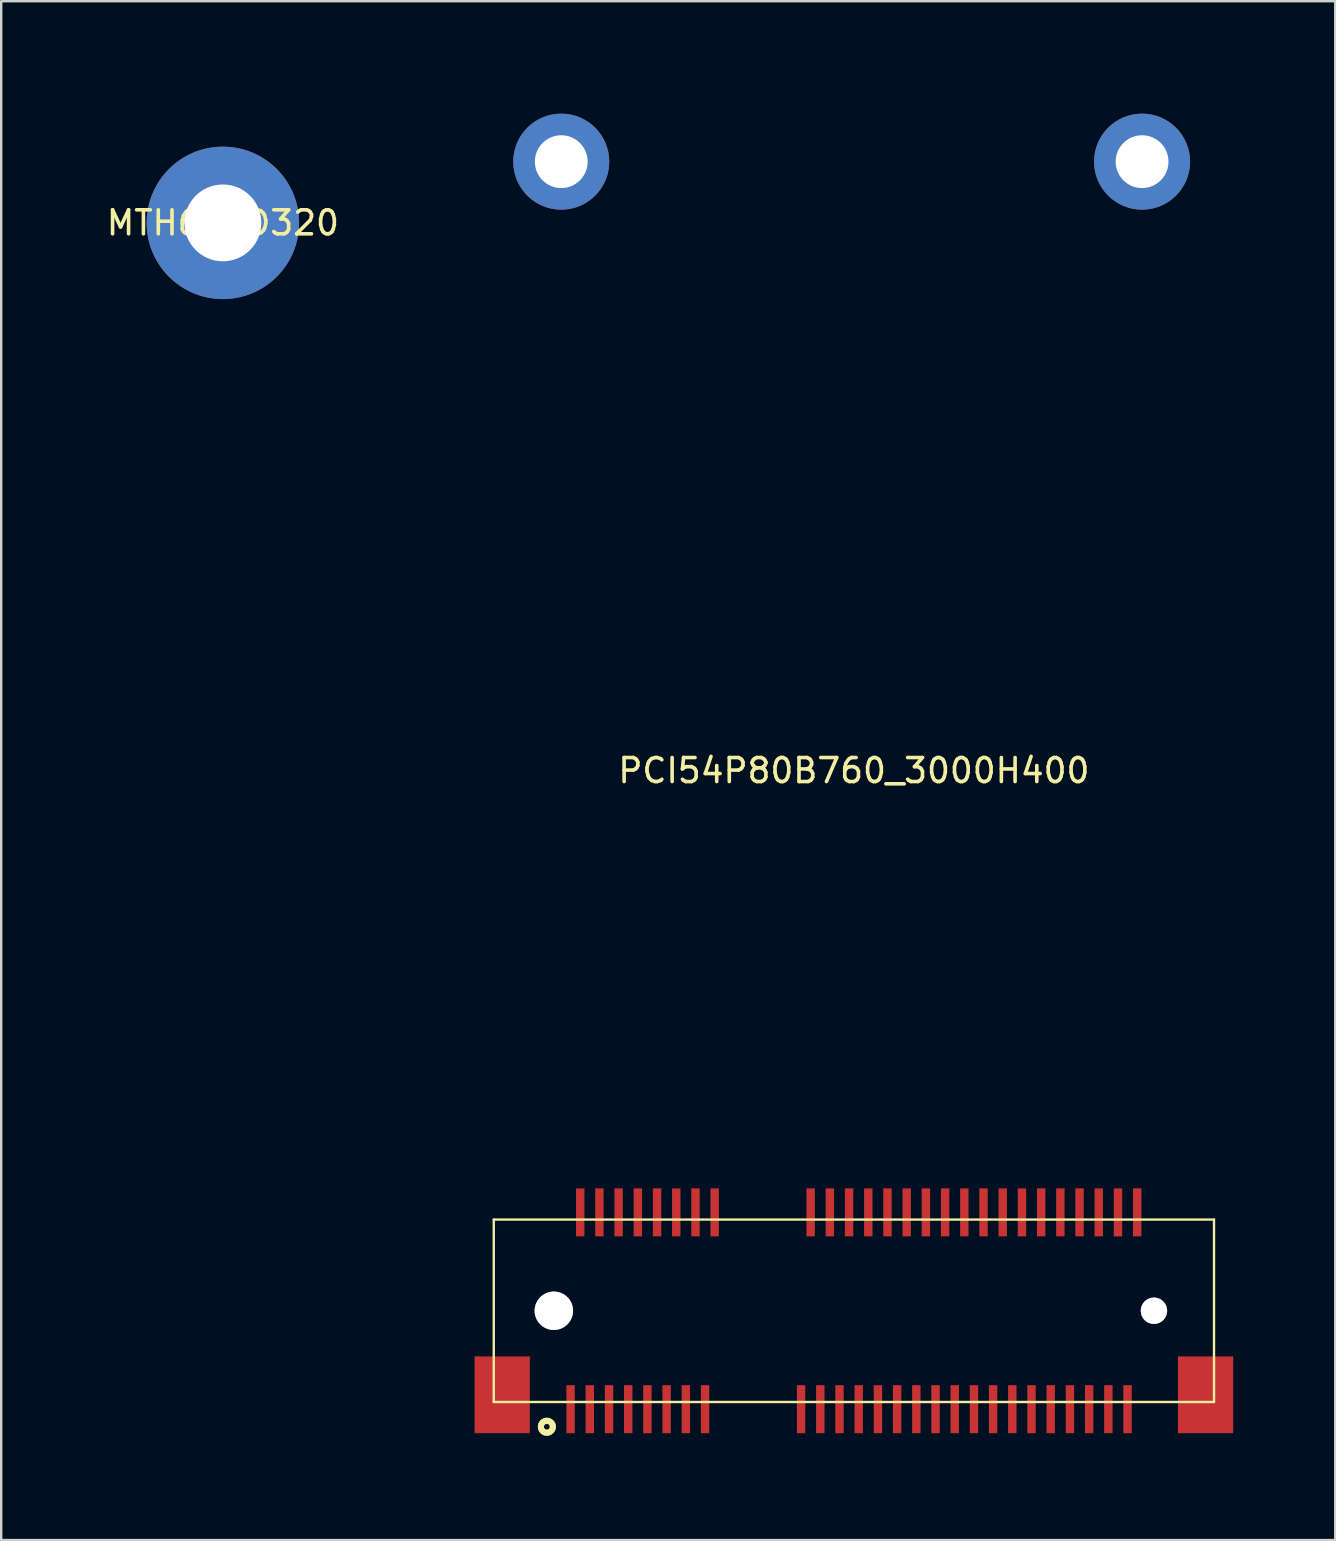
<source format=kicad_pcb>
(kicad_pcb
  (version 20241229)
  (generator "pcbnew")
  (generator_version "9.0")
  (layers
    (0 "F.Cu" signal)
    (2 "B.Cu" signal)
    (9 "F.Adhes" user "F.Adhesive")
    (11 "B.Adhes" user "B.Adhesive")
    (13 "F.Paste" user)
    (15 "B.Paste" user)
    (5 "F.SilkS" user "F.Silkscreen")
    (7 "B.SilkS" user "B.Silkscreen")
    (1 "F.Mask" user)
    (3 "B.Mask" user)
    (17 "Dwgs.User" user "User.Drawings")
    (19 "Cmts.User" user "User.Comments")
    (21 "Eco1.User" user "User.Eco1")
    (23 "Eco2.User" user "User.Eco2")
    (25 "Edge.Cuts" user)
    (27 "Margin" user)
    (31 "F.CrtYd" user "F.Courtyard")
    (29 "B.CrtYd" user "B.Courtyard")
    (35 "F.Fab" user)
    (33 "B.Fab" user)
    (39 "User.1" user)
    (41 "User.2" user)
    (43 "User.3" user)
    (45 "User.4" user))
  (footprint "PCI54P80B760_3000H400"
    (layer "F.Cu")
    (at 32.519 29.05)
    (property "Reference" "PCI54P80B760_3000H400" (at 0 0 0) (layer "F.SilkS") (effects (font (size 1 1) (thickness 0.15))))
    (fp_line (start -15.001 26.3) (end -15.001 18.701) (stroke (width 0.025) (type default)) (layer "F.SilkS"))
    (fp_line (start -15.001 26.3) (end -15.001 18.701) (stroke (width 0.099) (type default)) (layer "F.SilkS"))
    (fp_line (start 15.001 18.701) (end -15.001 18.701) (stroke (width 0.025) (type default)) (layer "F.SilkS"))
    (fp_line (start 15.001 18.701) (end -15.001 18.701) (stroke (width 0.099) (type default)) (layer "F.SilkS"))
    (fp_line (start 15.001 26.3) (end -15.001 26.3) (stroke (width 0.025) (type default)) (layer "F.SilkS"))
    (fp_line (start 15.001 26.3) (end -15.001 26.3) (stroke (width 0.099) (type default)) (layer "F.SilkS"))
    (fp_line (start 15.001 26.3) (end 15.001 18.701) (stroke (width 0.025) (type default)) (layer "F.SilkS"))
    (fp_line (start 15.001 26.3) (end 15.001 18.701) (stroke (width 0.099) (type default)) (layer "F.SilkS"))
    (fp_circle (center -12.79 27.331) (end -12.54 27.331) (stroke (width 0.249) (type default)) (fill no) (layer "F.SilkS"))
    (fp_circle (center -12.79 27.331) (end -12.54 27.331) (stroke (width 0.249) (type default)) (fill no) (layer "F.SilkS"))
    (fp_line (start -17 29) (end -17 23.502) (stroke (width 0.025) (type default)) (layer "User.1"))
    (fp_line (start -15.999 23.502) (end -17 23.502) (stroke (width 0.025) (type default)) (layer "User.1"))
    (fp_line (start -15.999 23.502) (end -15.999 -29) (stroke (width 0.025) (type default)) (layer "User.1"))
    (fp_line (start 15.999 -29) (end -15.999 -29) (stroke (width 0.025) (type default)) (layer "User.1"))
    (fp_line (start 15.999 23.502) (end 15.999 -29) (stroke (width 0.025) (type default)) (layer "User.1"))
    (fp_line (start 17 23.502) (end 15.999 23.502) (stroke (width 0.025) (type default)) (layer "User.1"))
    (fp_line (start 17 29) (end -17 29) (stroke (width 0.025) (type default)) (layer "User.1"))
    (fp_line (start 17 29) (end 17 23.502) (stroke (width 0.025) (type default)) (layer "User.1"))
    (fp_poly (pts (xy -15.001 26.3) (xy 15.001 26.3) (xy 15.001 18.701) (xy -15.001 18.701)) (stroke (width 0.1) (type default)) (fill no) (layer "User.1"))
    (fp_poly (pts (xy -15.001 26.3) (xy 15.001 26.3) (xy 15.001 18.701) (xy -15.001 18.701)) (stroke (width 0.1) (type default)) (fill no) (layer "User.1"))
    (fp_poly (pts (xy -15.999 -29) (xy 15.999 -29) (xy 15.999 18.701) (xy -15.001 18.701) (xy -15.001 26.3) (xy 15.001 26.3) (xy 15.001 18.8) (xy 15.999 18.8) (xy 15.999 23.502) (xy 17 23.502) (xy 17 29) (xy -17 29) (xy -17 23.502) (xy -15.999 23.502)) (stroke (width 0.1) (type default)) (fill no) (layer "User.1"))
    (fp_poly (pts (xy -15.999 -29) (xy 15.999 -29) (xy 15.999 18.701) (xy -15.001 18.701) (xy -15.001 26.3) (xy 15.001 26.3) (xy 15.001 18.8) (xy 15.999 18.8) (xy 15.999 23.502) (xy 17 23.502) (xy 17 29) (xy -17 29) (xy -17 23.502) (xy -15.999 23.502)) (stroke (width 0.1) (type default)) (fill no) (layer "User.1"))
    (pad "1" smd rect (at -11.801 26.6 90) (size 1.999 0.35) (layers "F.Cu" "F.Mask" "F.Paste"))
    (pad "2" smd rect (at -11.399 18.401 90) (size 1.999 0.35) (layers "F.Cu" "F.Mask" "F.Paste"))
    (pad "3" smd rect (at -11.001 26.6 90) (size 1.999 0.35) (layers "F.Cu" "F.Mask" "F.Paste"))
    (pad "4" smd rect (at -10.6 18.401 90) (size 1.999 0.35) (layers "F.Cu" "F.Mask" "F.Paste"))
    (pad "5" smd rect (at -10.2 26.6 90) (size 1.999 0.35) (layers "F.Cu" "F.Mask" "F.Paste"))
    (pad "6" smd rect (at -9.8 18.401 90) (size 1.999 0.35) (layers "F.Cu" "F.Mask" "F.Paste"))
    (pad "7" smd rect (at -9.4 26.6 90) (size 1.999 0.35) (layers "F.Cu" "F.Mask" "F.Paste"))
    (pad "8" smd rect (at -8.999 18.401 90) (size 1.999 0.35) (layers "F.Cu" "F.Mask" "F.Paste"))
    (pad "9" smd rect (at -8.601 26.6 90) (size 1.999 0.35) (layers "F.Cu" "F.Mask" "F.Paste"))
    (pad "10" smd rect (at -8.199 18.401 90) (size 1.999 0.35) (layers "F.Cu" "F.Mask" "F.Paste"))
    (pad "11" smd rect (at -7.801 26.6 90) (size 1.999 0.35) (layers "F.Cu" "F.Mask" "F.Paste"))
    (pad "12" smd rect (at -7.399 18.401 90) (size 1.999 0.35) (layers "F.Cu" "F.Mask" "F.Paste"))
    (pad "13" smd rect (at -7 26.6 90) (size 1.999 0.35) (layers "F.Cu" "F.Mask" "F.Paste"))
    (pad "14" smd rect (at -6.599 18.401 90) (size 1.999 0.35) (layers "F.Cu" "F.Mask" "F.Paste"))
    (pad "15" smd rect (at -6.2 26.6 90) (size 1.999 0.35) (layers "F.Cu" "F.Mask" "F.Paste"))
    (pad "16" smd rect (at -5.799 18.401 90) (size 1.999 0.35) (layers "F.Cu" "F.Mask" "F.Paste"))
    (pad "17" smd rect (at -2.2 26.6 90) (size 1.999 0.35) (layers "F.Cu" "F.Mask" "F.Paste"))
    (pad "18" smd rect (at -1.801 18.401 90) (size 1.999 0.35) (layers "F.Cu" "F.Mask" "F.Paste"))
    (pad "19" smd rect (at -1.399 26.6 90) (size 1.999 0.35) (layers "F.Cu" "F.Mask" "F.Paste"))
    (pad "20" smd rect (at -1.001 18.401 90) (size 1.999 0.35) (layers "F.Cu" "F.Mask" "F.Paste"))
    (pad "21" smd rect (at -0.6 26.6 90) (size 1.999 0.35) (layers "F.Cu" "F.Mask" "F.Paste"))
    (pad "22" smd rect (at -0.201 18.401 90) (size 1.999 0.35) (layers "F.Cu" "F.Mask" "F.Paste"))
    (pad "23" smd rect (at 0.201 26.6 90) (size 1.999 0.35) (layers "F.Cu" "F.Mask" "F.Paste"))
    (pad "24" smd rect (at 0.6 18.401 90) (size 1.999 0.35) (layers "F.Cu" "F.Mask" "F.Paste"))
    (pad "25" smd rect (at 1.001 26.6 90) (size 1.999 0.35) (layers "F.Cu" "F.Mask" "F.Paste"))
    (pad "26" smd rect (at 1.399 18.401 90) (size 1.999 0.35) (layers "F.Cu" "F.Mask" "F.Paste"))
    (pad "27" smd rect (at 1.801 26.6 90) (size 1.999 0.35) (layers "F.Cu" "F.Mask" "F.Paste"))
    (pad "28" smd rect (at 2.2 18.401 90) (size 1.999 0.35) (layers "F.Cu" "F.Mask" "F.Paste"))
    (pad "29" smd rect (at 2.601 26.6 90) (size 1.999 0.35) (layers "F.Cu" "F.Mask" "F.Paste"))
    (pad "30" smd rect (at 2.999 18.401 90) (size 1.999 0.35) (layers "F.Cu" "F.Mask" "F.Paste"))
    (pad "31" smd rect (at 3.401 26.6 90) (size 1.999 0.35) (layers "F.Cu" "F.Mask" "F.Paste"))
    (pad "32" smd rect (at 3.8 18.401 90) (size 1.999 0.35) (layers "F.Cu" "F.Mask" "F.Paste"))
    (pad "33" smd rect (at 4.201 26.6 90) (size 1.999 0.35) (layers "F.Cu" "F.Mask" "F.Paste"))
    (pad "34" smd rect (at 4.6 18.401 90) (size 1.999 0.35) (layers "F.Cu" "F.Mask" "F.Paste"))
    (pad "35" smd rect (at 5.002 26.6 90) (size 1.999 0.35) (layers "F.Cu" "F.Mask" "F.Paste"))
    (pad "36" smd rect (at 5.4 18.401 90) (size 1.999 0.35) (layers "F.Cu" "F.Mask" "F.Paste"))
    (pad "37" smd rect (at 5.799 26.6 90) (size 1.999 0.35) (layers "F.Cu" "F.Mask" "F.Paste"))
    (pad "38" smd rect (at 6.2 18.401 90) (size 1.999 0.35) (layers "F.Cu" "F.Mask" "F.Paste"))
    (pad "39" smd rect (at 6.599 26.6 90) (size 1.999 0.35) (layers "F.Cu" "F.Mask" "F.Paste"))
    (pad "40" smd rect (at 7 18.401 90) (size 1.999 0.35) (layers "F.Cu" "F.Mask" "F.Paste"))
    (pad "41" smd rect (at 7.399 26.6 90) (size 1.999 0.35) (layers "F.Cu" "F.Mask" "F.Paste"))
    (pad "42" smd rect (at 7.801 18.401 90) (size 1.999 0.35) (layers "F.Cu" "F.Mask" "F.Paste"))
    (pad "43" smd rect (at 8.199 26.6 90) (size 1.999 0.35) (layers "F.Cu" "F.Mask" "F.Paste"))
    (pad "44" smd rect (at 8.601 18.401 90) (size 1.999 0.35) (layers "F.Cu" "F.Mask" "F.Paste"))
    (pad "45" smd rect (at 8.999 26.6 90) (size 1.999 0.35) (layers "F.Cu" "F.Mask" "F.Paste"))
    (pad "46" smd rect (at 9.4 18.401 90) (size 1.999 0.35) (layers "F.Cu" "F.Mask" "F.Paste"))
    (pad "47" smd rect (at 9.8 26.6 90) (size 1.999 0.35) (layers "F.Cu" "F.Mask" "F.Paste"))
    (pad "48" smd rect (at 10.2 18.401 90) (size 1.999 0.35) (layers "F.Cu" "F.Mask" "F.Paste"))
    (pad "49" smd rect (at 10.6 26.6 90) (size 1.999 0.35) (layers "F.Cu" "F.Mask" "F.Paste"))
    (pad "50" smd rect (at 11.001 18.401 90) (size 1.999 0.35) (layers "F.Cu" "F.Mask" "F.Paste"))
    (pad "51" smd rect (at 11.399 26.6 90) (size 1.999 0.35) (layers "F.Cu" "F.Mask" "F.Paste"))
    (pad "52" smd rect (at 11.801 18.401 90) (size 1.999 0.35) (layers "F.Cu" "F.Mask" "F.Paste"))
    (pad "53" smd rect (at -14.65 26 90) (size 3.2 2.301) (layers "F.Cu" "F.Mask" "F.Paste"))
    (pad "54" smd rect (at 14.65 26 90) (size 3.2 2.301) (layers "F.Cu" "F.Mask" "F.Paste"))
    (pad "55" thru_hole circle (at -12.19 -25.366 90) (size 4 4) (drill 2.2) (layers "*.Cu" "*.Mask"))
    (pad "56" thru_hole circle (at 12.004 -25.366 90) (size 4 4) (drill 2.2) (layers "*.Cu" "*.Mask"))
    (pad "57" thru_hole circle (at -12.499 22.5 90) (size 1.6 1.6) (drill 1.6) (layers "*.Cu" "*.Mask"))
    (pad "58" thru_hole circle (at 12.499 22.5 90) (size 1.1 1.1) (drill 1.1) (layers "*.Cu" "*.Mask"))
    (zone (net_name "") (layer "Edge.Cuts") (hatch edge 0.5) (connect_pads) (min_thickness 0.25) (filled_areas_thickness no) (keepout (tracks not_allowed) (vias not_allowed) (pads not_allowed) (copperpour not_allowed) (footprints allowed)) (placement (enabled no)) (fill) (polygon (pts (xy 20.293 50.529) (xy 20.549 50.635) (xy 20.767 50.803) (xy 20.936 51.022) (xy 21.041 51.277) (xy 21.078 51.551) (xy 21.041 51.825) (xy 20.936 52.081) (xy 20.767 52.3) (xy 20.549 52.468) (xy 20.293 52.574) (xy 20.019 52.609) (xy 19.745 52.574) (xy 19.489 52.468) (xy 19.27 52.3) (xy 19.102 52.081) (xy 18.997 51.825) (xy 18.96 51.551) (xy 18.997 51.277) (xy 19.102 51.022) (xy 19.27 50.803) (xy 19.489 50.635) (xy 19.745 50.529) (xy 20.019 50.492))))
    (zone (net_name "") (layer "Edge.Cuts") (hatch edge 0.5) (connect_pads) (min_thickness 0.25) (filled_areas_thickness no) (keepout (tracks not_allowed) (vias not_allowed) (pads not_allowed) (copperpour not_allowed) (footprints allowed)) (placement (enabled no)) (fill) (polygon (pts (xy 45.215 50.819) (xy 45.398 50.895) (xy 45.555 51.015) (xy 45.675 51.172) (xy 45.751 51.355) (xy 45.777 51.551) (xy 45.751 51.747) (xy 45.675 51.93) (xy 45.555 52.087) (xy 45.398 52.208) (xy 45.215 52.283) (xy 45.019 52.309) (xy 44.823 52.283) (xy 44.64 52.208) (xy 44.483 52.087) (xy 44.362 51.93) (xy 44.287 51.747) (xy 44.261 51.551) (xy 44.287 51.355) (xy 44.362 51.172) (xy 44.483 51.015) (xy 44.64 50.895) (xy 44.823 50.819) (xy 45.019 50.794)))))
  (footprint "MTH635D320"
    (layer "F.Cu")
    (at 6.234 6.234)
    (property "Reference" "MTH635D320" (at 0 0 0) (layer "F.SilkS") (effects (font (size 1 1) (thickness 0.15))))
    (fp_circle (center 0 0) (end 6.175 0) (stroke (width 0.025) (type default)) (fill no) (layer "User.1"))
    (fp_poly (pts (xy 0 -6.184) (xy -0.693 -6.146) (xy -1.376 -6.029) (xy -2.042 -5.838) (xy -2.683 -5.572) (xy -3.291 -5.237) (xy -3.856 -4.835) (xy -4.373 -4.373) (xy -4.835 -3.856) (xy -5.237 -3.291) (xy -5.572 -2.683) (xy -5.838 -2.042) (xy -6.029 -1.376) (xy -6.146 -0.693) (xy -6.184 0) (xy -6.146 0.693) (xy -6.029 1.376) (xy -5.838 2.042) (xy -5.572 2.683) (xy -5.348 3.088) (xy -5.237 3.291) (xy -4.835 3.856) (xy -4.373 4.373) (xy -3.856 4.835) (xy -3.291 5.237) (xy -2.683 5.572) (xy -2.042 5.838) (xy -1.376 6.029) (xy -0.693 6.146) (xy 0 6.184) (xy 0.693 6.146) (xy 1.376 6.029) (xy 2.042 5.838) (xy 2.683 5.572) (xy 3.291 5.237) (xy 3.856 4.835) (xy 4.373 4.373) (xy 4.835 3.856) (xy 5.237 3.291) (xy 5.348 3.088) (xy 5.572 2.683) (xy 5.838 2.042) (xy 6.029 1.376) (xy 6.146 0.693) (xy 6.184 0) (xy 6.146 -0.693) (xy 6.029 -1.376) (xy 5.838 -2.042) (xy 5.572 -2.683) (xy 5.237 -3.291) (xy 4.835 -3.856) (xy 4.373 -4.373) (xy 3.856 -4.835) (xy 3.291 -5.237) (xy 2.683 -5.572) (xy 2.042 -5.838) (xy 1.376 -6.029) (xy 0.693 -6.146)) (stroke (width 0.1) (type default)) (fill no) (layer "User.1"))
    (fp_poly (pts (xy 0 -6.184) (xy -0.693 -6.146) (xy -1.376 -6.029) (xy -2.042 -5.838) (xy -2.683 -5.572) (xy -3.291 -5.237) (xy -3.856 -4.835) (xy -4.373 -4.373) (xy -4.835 -3.856) (xy -5.237 -3.291) (xy -5.572 -2.683) (xy -5.838 -2.042) (xy -6.029 -1.376) (xy -6.146 -0.693) (xy -6.184 0) (xy -6.146 0.693) (xy -6.029 1.376) (xy -5.838 2.042) (xy -5.572 2.683) (xy -5.348 3.088) (xy -5.237 3.291) (xy -4.835 3.856) (xy -4.373 4.373) (xy -3.856 4.835) (xy -3.291 5.237) (xy -2.683 5.572) (xy -2.042 5.838) (xy -1.376 6.029) (xy -0.693 6.146) (xy 0 6.184) (xy 0.693 6.146) (xy 1.376 6.029) (xy 2.042 5.838) (xy 2.683 5.572) (xy 3.291 5.237) (xy 3.856 4.835) (xy 4.373 4.373) (xy 4.835 3.856) (xy 5.237 3.291) (xy 5.348 3.088) (xy 5.572 2.683) (xy 5.838 2.042) (xy 6.029 1.376) (xy 6.146 0.693) (xy 6.184 0) (xy 6.146 -0.693) (xy 6.029 -1.376) (xy 5.838 -2.042) (xy 5.572 -2.683) (xy 5.237 -3.291) (xy 4.835 -3.856) (xy 4.373 -4.373) (xy 3.856 -4.835) (xy 3.291 -5.237) (xy 2.683 -5.572) (xy 2.042 -5.838) (xy 1.376 -6.029) (xy 0.693 -6.146)) (stroke (width 0.1) (type default)) (fill no) (layer "User.1"))
    (pad "1" thru_hole circle (at 0 0 90) (size 6.35 6.35) (drill 3.2) (layers "*.Cu" "*.Mask")))
  (gr_rect
    (start -3 -3)
    (end 52.569 61.101)
    (stroke (width 0.1) (type default))
    (fill no)
    (layer "Edge.Cuts")))
</source>
